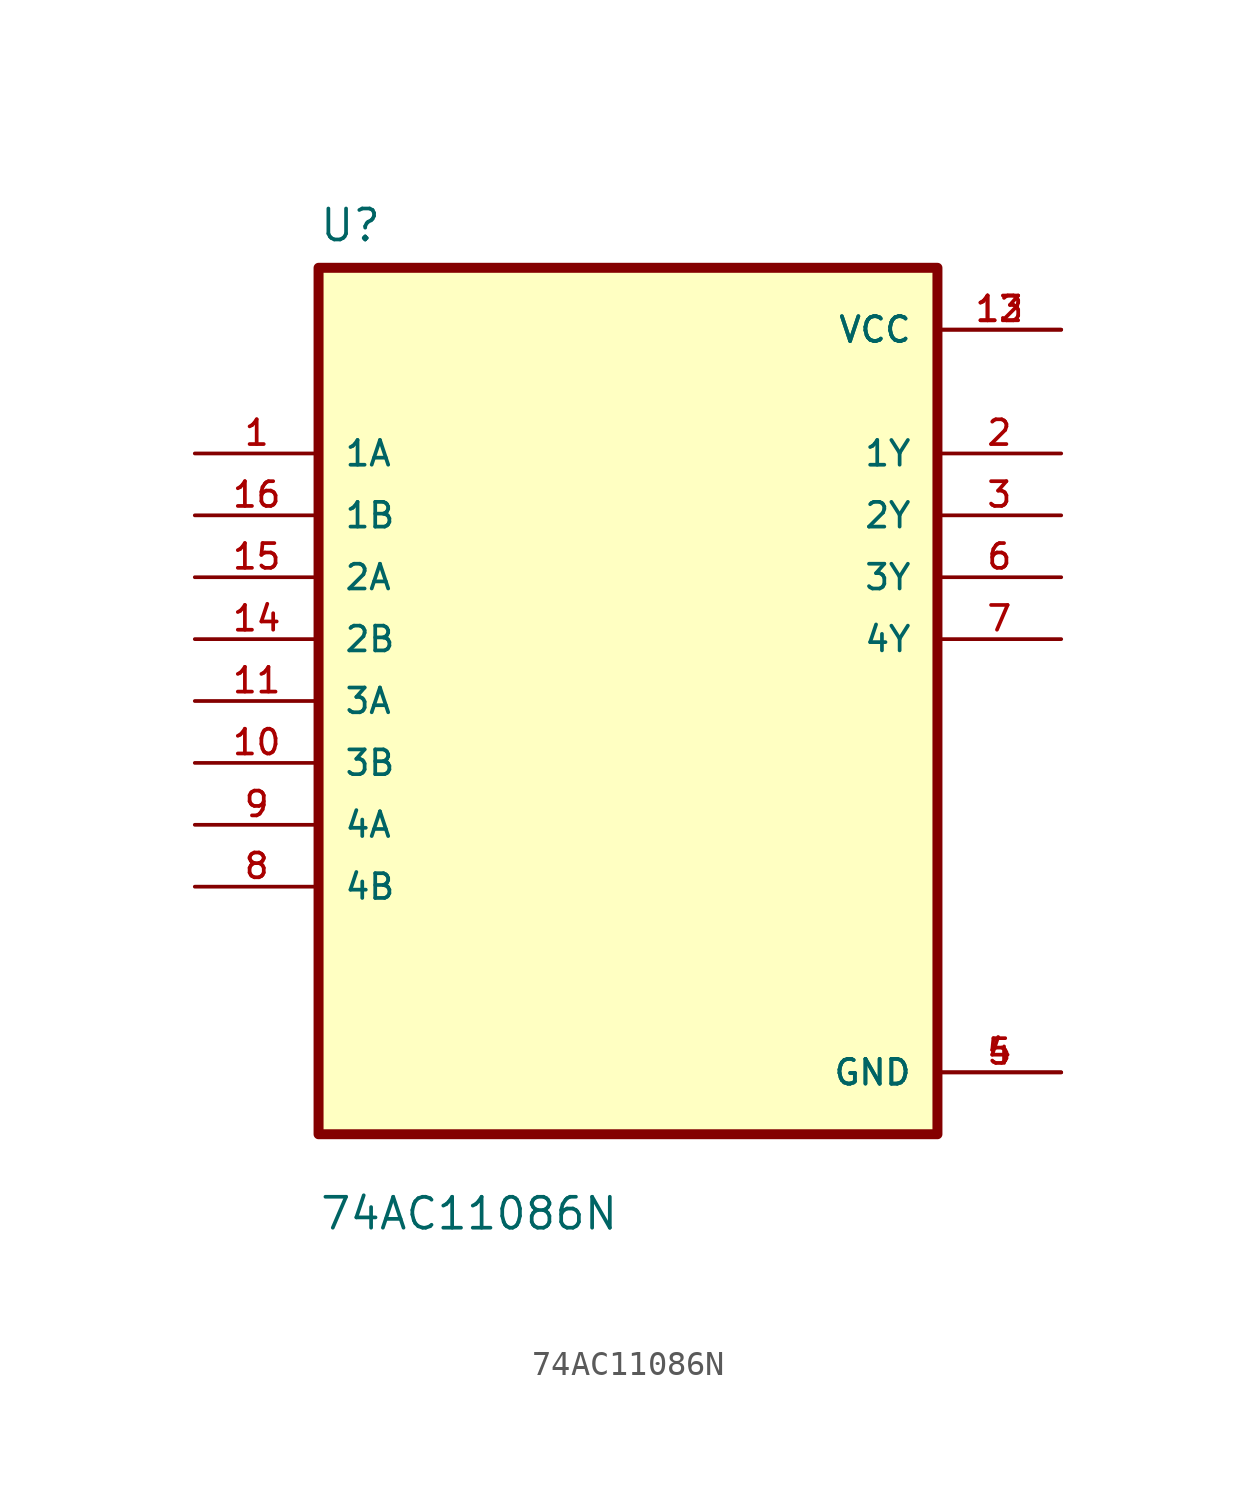
<source format=kicad_sym>
(kicad_symbol_lib
  (version 20211014)
  (generator kicad_symbol_editor)
  (symbol "74AC11086N"
    (pin_names
      (offset 1.016))
    (property "Reference" "U"
      (at -12.7 18.78 0.0)
      (effects (font (size 1.27 1.27)) (justify bottom left)))
    (property "Value" "74AC11086N"
      (at -12.7 -21.78 0.0)
      (effects (font (size 1.27 1.27)) (justify bottom left)))
    (symbol "74AC11086N_0_0"
      (rectangle (start -12.7 -17.78) (end 12.7 17.78) (stroke (width 0.41)) (fill (type background)))
      (pin input line (at -17.78 10.16 0) (length 5.08) (name "1A" (effects (font (size 1.016 1.016)))) (number "1" (effects (font (size 1.016 1.016)))))
      (pin input line (at -17.78 7.62 0) (length 5.08) (name "1B" (effects (font (size 1.016 1.016)))) (number "16" (effects (font (size 1.016 1.016)))))
      (pin input line (at -17.78 5.08 0) (length 5.08) (name "2A" (effects (font (size 1.016 1.016)))) (number "15" (effects (font (size 1.016 1.016)))))
      (pin input line (at -17.78 2.54 0) (length 5.08) (name "2B" (effects (font (size 1.016 1.016)))) (number "14" (effects (font (size 1.016 1.016)))))
      (pin input line (at -17.78 0.0 0) (length 5.08) (name "3A" (effects (font (size 1.016 1.016)))) (number "11" (effects (font (size 1.016 1.016)))))
      (pin input line (at -17.78 -2.54 0) (length 5.08) (name "3B" (effects (font (size 1.016 1.016)))) (number "10" (effects (font (size 1.016 1.016)))))
      (pin input line (at -17.78 -5.08 0) (length 5.08) (name "4A" (effects (font (size 1.016 1.016)))) (number "9" (effects (font (size 1.016 1.016)))))
      (pin input line (at -17.78 -7.62 0) (length 5.08) (name "4B" (effects (font (size 1.016 1.016)))) (number "8" (effects (font (size 1.016 1.016)))))
      (pin power_in line (at 17.78 15.24 180.0) (length 5.08) (name "VCC" (effects (font (size 1.016 1.016)))) (number "13" (effects (font (size 1.016 1.016)))))
      (pin power_in line (at 17.78 15.24 180.0) (length 5.08) (name "VCC" (effects (font (size 1.016 1.016)))) (number "12" (effects (font (size 1.016 1.016)))))
      (pin output line (at 17.78 10.16 180.0) (length 5.08) (name "1Y" (effects (font (size 1.016 1.016)))) (number "2" (effects (font (size 1.016 1.016)))))
      (pin output line (at 17.78 7.62 180.0) (length 5.08) (name "2Y" (effects (font (size 1.016 1.016)))) (number "3" (effects (font (size 1.016 1.016)))))
      (pin output line (at 17.78 5.08 180.0) (length 5.08) (name "3Y" (effects (font (size 1.016 1.016)))) (number "6" (effects (font (size 1.016 1.016)))))
      (pin output line (at 17.78 2.54 180.0) (length 5.08) (name "4Y" (effects (font (size 1.016 1.016)))) (number "7" (effects (font (size 1.016 1.016)))))
      (pin power_in line (at 17.78 -15.24 180.0) (length 5.08) (name "GND" (effects (font (size 1.016 1.016)))) (number "4" (effects (font (size 1.016 1.016)))))
      (pin power_in line (at 17.78 -15.24 180.0) (length 5.08) (name "GND" (effects (font (size 1.016 1.016)))) (number "5" (effects (font (size 1.016 1.016))))))))
</source>
